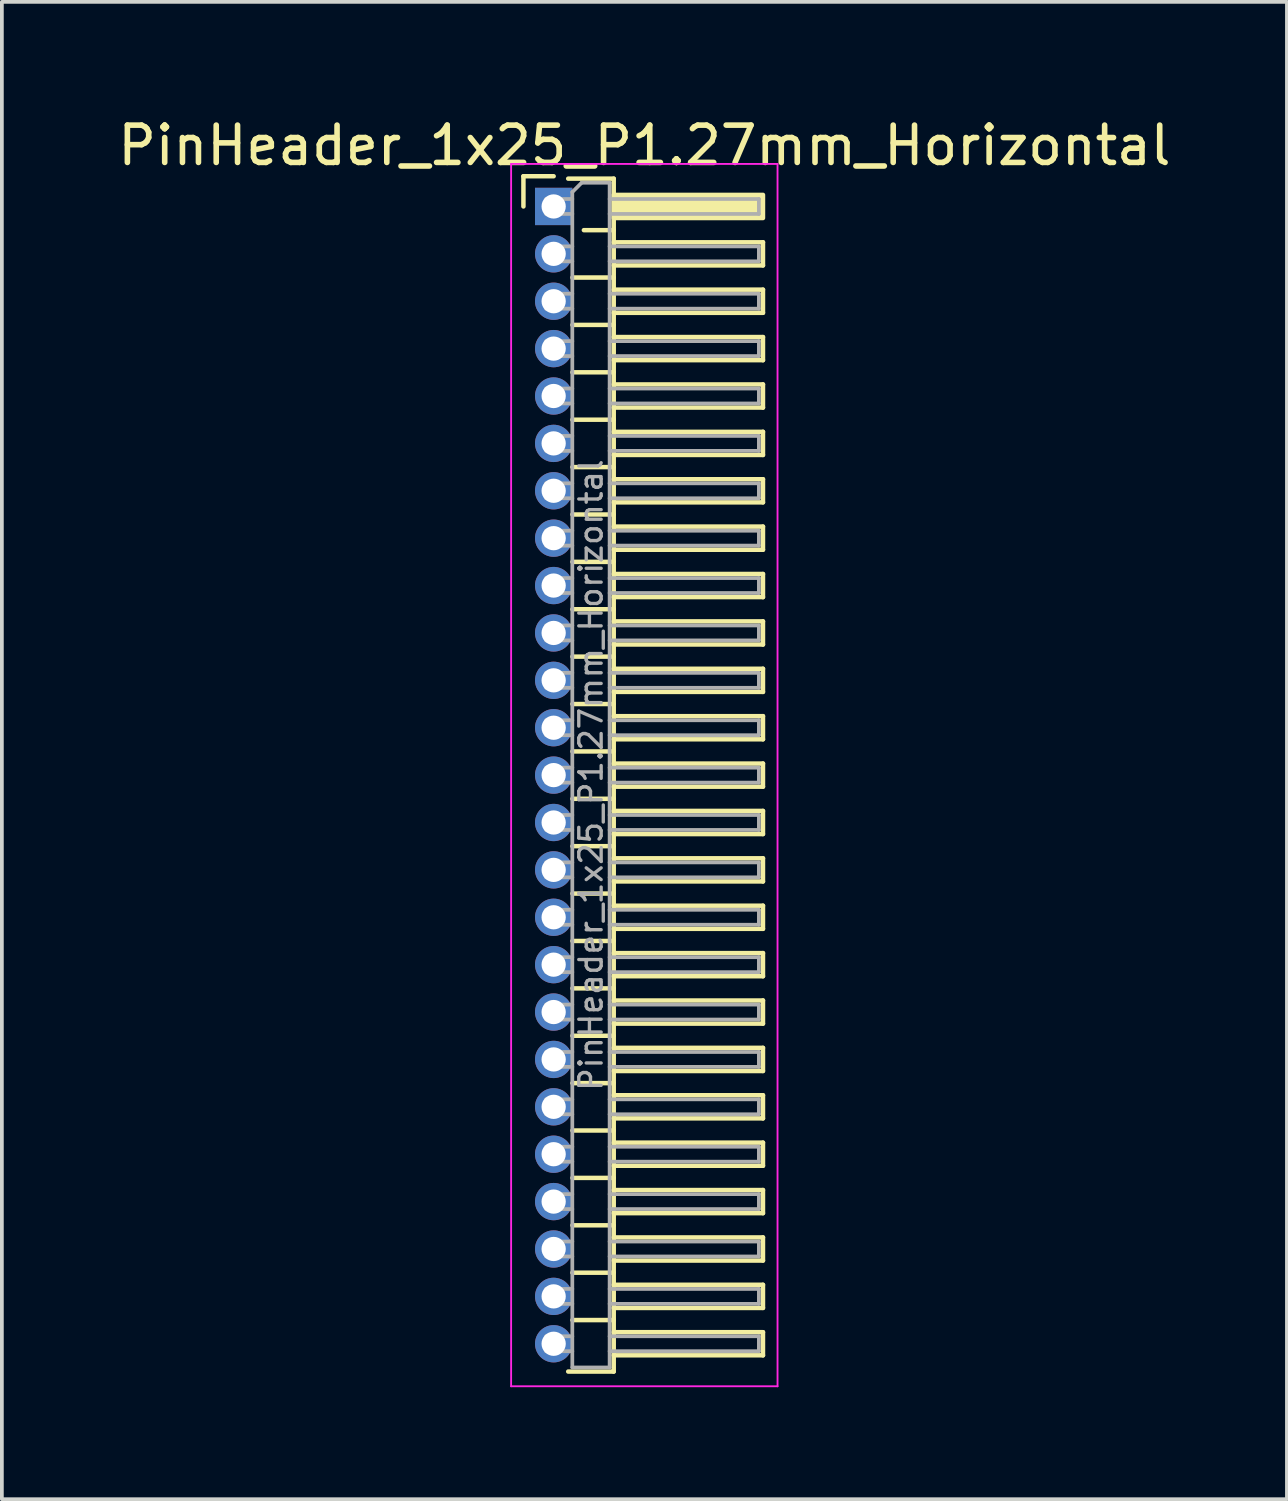
<source format=kicad_pcb>
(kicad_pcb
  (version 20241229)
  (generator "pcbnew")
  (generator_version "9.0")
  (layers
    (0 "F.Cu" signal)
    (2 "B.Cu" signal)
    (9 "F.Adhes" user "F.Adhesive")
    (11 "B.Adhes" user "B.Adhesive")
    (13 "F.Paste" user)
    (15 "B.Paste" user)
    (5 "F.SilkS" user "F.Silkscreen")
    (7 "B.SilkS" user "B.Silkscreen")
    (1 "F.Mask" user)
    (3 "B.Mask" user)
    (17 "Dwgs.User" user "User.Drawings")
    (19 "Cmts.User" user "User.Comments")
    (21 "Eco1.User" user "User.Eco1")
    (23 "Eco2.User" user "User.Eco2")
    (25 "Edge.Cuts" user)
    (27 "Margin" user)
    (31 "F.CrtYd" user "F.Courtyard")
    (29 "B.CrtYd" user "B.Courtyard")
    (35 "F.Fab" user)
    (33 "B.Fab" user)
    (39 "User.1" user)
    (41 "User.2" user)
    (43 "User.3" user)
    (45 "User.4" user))
  (footprint "PinHeader_1x25_P1.27mm_Horizontal"
    (layer "F.Cu")
    (at 11.788 2.483)
    (property "Reference" "PinHeader_1x25_P1.27mm_Horizontal" (at 2.433 -1.635 0) (layer "F.SilkS") (effects (font (size 1 1) (thickness 0.15))))
    (attr through_hole)
    (fp_line (start -0.81 -0.81) (end 0 -0.81) (stroke (width 0.12) (type solid)) (layer "F.SilkS"))
    (fp_line (start -0.81 0) (end -0.81 -0.81) (stroke (width 0.12) (type solid)) (layer "F.SilkS"))
    (fp_line (start 0.39 -0.745) (end 1.61 -0.745) (stroke (width 0.12) (type solid)) (layer "F.SilkS"))
    (fp_line (start 0.503 1.905) (end 1.61 1.905) (stroke (width 0.12) (type solid)) (layer "F.SilkS"))
    (fp_line (start 0.503 3.175) (end 1.61 3.175) (stroke (width 0.12) (type solid)) (layer "F.SilkS"))
    (fp_line (start 0.503 4.445) (end 1.61 4.445) (stroke (width 0.12) (type solid)) (layer "F.SilkS"))
    (fp_line (start 0.503 5.715) (end 1.61 5.715) (stroke (width 0.12) (type solid)) (layer "F.SilkS"))
    (fp_line (start 0.503 6.985) (end 1.61 6.985) (stroke (width 0.12) (type solid)) (layer "F.SilkS"))
    (fp_line (start 0.503 8.255) (end 1.61 8.255) (stroke (width 0.12) (type solid)) (layer "F.SilkS"))
    (fp_line (start 0.503 9.525) (end 1.61 9.525) (stroke (width 0.12) (type solid)) (layer "F.SilkS"))
    (fp_line (start 0.503 10.795) (end 1.61 10.795) (stroke (width 0.12) (type solid)) (layer "F.SilkS"))
    (fp_line (start 0.503 12.065) (end 1.61 12.065) (stroke (width 0.12) (type solid)) (layer "F.SilkS"))
    (fp_line (start 0.503 13.335) (end 1.61 13.335) (stroke (width 0.12) (type solid)) (layer "F.SilkS"))
    (fp_line (start 0.503 14.605) (end 1.61 14.605) (stroke (width 0.12) (type solid)) (layer "F.SilkS"))
    (fp_line (start 0.503 15.875) (end 1.61 15.875) (stroke (width 0.12) (type solid)) (layer "F.SilkS"))
    (fp_line (start 0.503 17.145) (end 1.61 17.145) (stroke (width 0.12) (type solid)) (layer "F.SilkS"))
    (fp_line (start 0.503 18.415) (end 1.61 18.415) (stroke (width 0.12) (type solid)) (layer "F.SilkS"))
    (fp_line (start 0.503 19.685) (end 1.61 19.685) (stroke (width 0.12) (type solid)) (layer "F.SilkS"))
    (fp_line (start 0.503 20.955) (end 1.61 20.955) (stroke (width 0.12) (type solid)) (layer "F.SilkS"))
    (fp_line (start 0.503 22.225) (end 1.61 22.225) (stroke (width 0.12) (type solid)) (layer "F.SilkS"))
    (fp_line (start 0.503 23.495) (end 1.61 23.495) (stroke (width 0.12) (type solid)) (layer "F.SilkS"))
    (fp_line (start 0.503 24.765) (end 1.61 24.765) (stroke (width 0.12) (type solid)) (layer "F.SilkS"))
    (fp_line (start 0.503 26.035) (end 1.61 26.035) (stroke (width 0.12) (type solid)) (layer "F.SilkS"))
    (fp_line (start 0.503 27.305) (end 1.61 27.305) (stroke (width 0.12) (type solid)) (layer "F.SilkS"))
    (fp_line (start 0.503 28.575) (end 1.61 28.575) (stroke (width 0.12) (type solid)) (layer "F.SilkS"))
    (fp_line (start 0.503 29.845) (end 1.61 29.845) (stroke (width 0.12) (type solid)) (layer "F.SilkS"))
    (fp_line (start 0.81 0.635) (end 1.61 0.635) (stroke (width 0.12) (type solid)) (layer "F.SilkS"))
    (fp_line (start 1.61 -0.745) (end 1.61 31.225) (stroke (width 0.12) (type solid)) (layer "F.SilkS"))
    (fp_line (start 1.61 0.96) (end 5.61 0.96) (stroke (width 0.12) (type solid)) (layer "F.SilkS"))
    (fp_line (start 1.61 2.23) (end 5.61 2.23) (stroke (width 0.12) (type solid)) (layer "F.SilkS"))
    (fp_line (start 1.61 3.5) (end 5.61 3.5) (stroke (width 0.12) (type solid)) (layer "F.SilkS"))
    (fp_line (start 1.61 4.77) (end 5.61 4.77) (stroke (width 0.12) (type solid)) (layer "F.SilkS"))
    (fp_line (start 1.61 6.04) (end 5.61 6.04) (stroke (width 0.12) (type solid)) (layer "F.SilkS"))
    (fp_line (start 1.61 7.31) (end 5.61 7.31) (stroke (width 0.12) (type solid)) (layer "F.SilkS"))
    (fp_line (start 1.61 8.58) (end 5.61 8.58) (stroke (width 0.12) (type solid)) (layer "F.SilkS"))
    (fp_line (start 1.61 9.85) (end 5.61 9.85) (stroke (width 0.12) (type solid)) (layer "F.SilkS"))
    (fp_line (start 1.61 11.12) (end 5.61 11.12) (stroke (width 0.12) (type solid)) (layer "F.SilkS"))
    (fp_line (start 1.61 12.39) (end 5.61 12.39) (stroke (width 0.12) (type solid)) (layer "F.SilkS"))
    (fp_line (start 1.61 13.66) (end 5.61 13.66) (stroke (width 0.12) (type solid)) (layer "F.SilkS"))
    (fp_line (start 1.61 14.93) (end 5.61 14.93) (stroke (width 0.12) (type solid)) (layer "F.SilkS"))
    (fp_line (start 1.61 16.2) (end 5.61 16.2) (stroke (width 0.12) (type solid)) (layer "F.SilkS"))
    (fp_line (start 1.61 17.47) (end 5.61 17.47) (stroke (width 0.12) (type solid)) (layer "F.SilkS"))
    (fp_line (start 1.61 18.74) (end 5.61 18.74) (stroke (width 0.12) (type solid)) (layer "F.SilkS"))
    (fp_line (start 1.61 20.01) (end 5.61 20.01) (stroke (width 0.12) (type solid)) (layer "F.SilkS"))
    (fp_line (start 1.61 21.28) (end 5.61 21.28) (stroke (width 0.12) (type solid)) (layer "F.SilkS"))
    (fp_line (start 1.61 22.55) (end 5.61 22.55) (stroke (width 0.12) (type solid)) (layer "F.SilkS"))
    (fp_line (start 1.61 23.82) (end 5.61 23.82) (stroke (width 0.12) (type solid)) (layer "F.SilkS"))
    (fp_line (start 1.61 25.09) (end 5.61 25.09) (stroke (width 0.12) (type solid)) (layer "F.SilkS"))
    (fp_line (start 1.61 26.36) (end 5.61 26.36) (stroke (width 0.12) (type solid)) (layer "F.SilkS"))
    (fp_line (start 1.61 27.63) (end 5.61 27.63) (stroke (width 0.12) (type solid)) (layer "F.SilkS"))
    (fp_line (start 1.61 28.9) (end 5.61 28.9) (stroke (width 0.12) (type solid)) (layer "F.SilkS"))
    (fp_line (start 1.61 30.17) (end 5.61 30.17) (stroke (width 0.12) (type solid)) (layer "F.SilkS"))
    (fp_line (start 1.61 31.225) (end 0.39 31.225) (stroke (width 0.12) (type solid)) (layer "F.SilkS"))
    (fp_line (start 5.61 0.96) (end 5.61 1.58) (stroke (width 0.12) (type solid)) (layer "F.SilkS"))
    (fp_line (start 5.61 1.58) (end 1.61 1.58) (stroke (width 0.12) (type solid)) (layer "F.SilkS"))
    (fp_line (start 5.61 2.23) (end 5.61 2.85) (stroke (width 0.12) (type solid)) (layer "F.SilkS"))
    (fp_line (start 5.61 2.85) (end 1.61 2.85) (stroke (width 0.12) (type solid)) (layer "F.SilkS"))
    (fp_line (start 5.61 3.5) (end 5.61 4.12) (stroke (width 0.12) (type solid)) (layer "F.SilkS"))
    (fp_line (start 5.61 4.12) (end 1.61 4.12) (stroke (width 0.12) (type solid)) (layer "F.SilkS"))
    (fp_line (start 5.61 4.77) (end 5.61 5.39) (stroke (width 0.12) (type solid)) (layer "F.SilkS"))
    (fp_line (start 5.61 5.39) (end 1.61 5.39) (stroke (width 0.12) (type solid)) (layer "F.SilkS"))
    (fp_line (start 5.61 6.04) (end 5.61 6.66) (stroke (width 0.12) (type solid)) (layer "F.SilkS"))
    (fp_line (start 5.61 6.66) (end 1.61 6.66) (stroke (width 0.12) (type solid)) (layer "F.SilkS"))
    (fp_line (start 5.61 7.31) (end 5.61 7.93) (stroke (width 0.12) (type solid)) (layer "F.SilkS"))
    (fp_line (start 5.61 7.93) (end 1.61 7.93) (stroke (width 0.12) (type solid)) (layer "F.SilkS"))
    (fp_line (start 5.61 8.58) (end 5.61 9.2) (stroke (width 0.12) (type solid)) (layer "F.SilkS"))
    (fp_line (start 5.61 9.2) (end 1.61 9.2) (stroke (width 0.12) (type solid)) (layer "F.SilkS"))
    (fp_line (start 5.61 9.85) (end 5.61 10.47) (stroke (width 0.12) (type solid)) (layer "F.SilkS"))
    (fp_line (start 5.61 10.47) (end 1.61 10.47) (stroke (width 0.12) (type solid)) (layer "F.SilkS"))
    (fp_line (start 5.61 11.12) (end 5.61 11.74) (stroke (width 0.12) (type solid)) (layer "F.SilkS"))
    (fp_line (start 5.61 11.74) (end 1.61 11.74) (stroke (width 0.12) (type solid)) (layer "F.SilkS"))
    (fp_line (start 5.61 12.39) (end 5.61 13.01) (stroke (width 0.12) (type solid)) (layer "F.SilkS"))
    (fp_line (start 5.61 13.01) (end 1.61 13.01) (stroke (width 0.12) (type solid)) (layer "F.SilkS"))
    (fp_line (start 5.61 13.66) (end 5.61 14.28) (stroke (width 0.12) (type solid)) (layer "F.SilkS"))
    (fp_line (start 5.61 14.28) (end 1.61 14.28) (stroke (width 0.12) (type solid)) (layer "F.SilkS"))
    (fp_line (start 5.61 14.93) (end 5.61 15.55) (stroke (width 0.12) (type solid)) (layer "F.SilkS"))
    (fp_line (start 5.61 15.55) (end 1.61 15.55) (stroke (width 0.12) (type solid)) (layer "F.SilkS"))
    (fp_line (start 5.61 16.2) (end 5.61 16.82) (stroke (width 0.12) (type solid)) (layer "F.SilkS"))
    (fp_line (start 5.61 16.82) (end 1.61 16.82) (stroke (width 0.12) (type solid)) (layer "F.SilkS"))
    (fp_line (start 5.61 17.47) (end 5.61 18.09) (stroke (width 0.12) (type solid)) (layer "F.SilkS"))
    (fp_line (start 5.61 18.09) (end 1.61 18.09) (stroke (width 0.12) (type solid)) (layer "F.SilkS"))
    (fp_line (start 5.61 18.74) (end 5.61 19.36) (stroke (width 0.12) (type solid)) (layer "F.SilkS"))
    (fp_line (start 5.61 19.36) (end 1.61 19.36) (stroke (width 0.12) (type solid)) (layer "F.SilkS"))
    (fp_line (start 5.61 20.01) (end 5.61 20.63) (stroke (width 0.12) (type solid)) (layer "F.SilkS"))
    (fp_line (start 5.61 20.63) (end 1.61 20.63) (stroke (width 0.12) (type solid)) (layer "F.SilkS"))
    (fp_line (start 5.61 21.28) (end 5.61 21.9) (stroke (width 0.12) (type solid)) (layer "F.SilkS"))
    (fp_line (start 5.61 21.9) (end 1.61 21.9) (stroke (width 0.12) (type solid)) (layer "F.SilkS"))
    (fp_line (start 5.61 22.55) (end 5.61 23.17) (stroke (width 0.12) (type solid)) (layer "F.SilkS"))
    (fp_line (start 5.61 23.17) (end 1.61 23.17) (stroke (width 0.12) (type solid)) (layer "F.SilkS"))
    (fp_line (start 5.61 23.82) (end 5.61 24.44) (stroke (width 0.12) (type solid)) (layer "F.SilkS"))
    (fp_line (start 5.61 24.44) (end 1.61 24.44) (stroke (width 0.12) (type solid)) (layer "F.SilkS"))
    (fp_line (start 5.61 25.09) (end 5.61 25.71) (stroke (width 0.12) (type solid)) (layer "F.SilkS"))
    (fp_line (start 5.61 25.71) (end 1.61 25.71) (stroke (width 0.12) (type solid)) (layer "F.SilkS"))
    (fp_line (start 5.61 26.36) (end 5.61 26.98) (stroke (width 0.12) (type solid)) (layer "F.SilkS"))
    (fp_line (start 5.61 26.98) (end 1.61 26.98) (stroke (width 0.12) (type solid)) (layer "F.SilkS"))
    (fp_line (start 5.61 27.63) (end 5.61 28.25) (stroke (width 0.12) (type solid)) (layer "F.SilkS"))
    (fp_line (start 5.61 28.25) (end 1.61 28.25) (stroke (width 0.12) (type solid)) (layer "F.SilkS"))
    (fp_line (start 5.61 28.9) (end 5.61 29.52) (stroke (width 0.12) (type solid)) (layer "F.SilkS"))
    (fp_line (start 5.61 29.52) (end 1.61 29.52) (stroke (width 0.12) (type solid)) (layer "F.SilkS"))
    (fp_line (start 5.61 30.17) (end 5.61 30.79) (stroke (width 0.12) (type solid)) (layer "F.SilkS"))
    (fp_line (start 5.61 30.79) (end 1.61 30.79) (stroke (width 0.12) (type solid)) (layer "F.SilkS"))
    (fp_rect (start 1.61 -0.31) (end 5.61 0.31) (stroke (width 0.12) (type solid)) (fill yes) (layer "F.SilkS"))
    (fp_line (start -1.14 -1.14) (end -1.14 31.62) (stroke (width 0.05) (type solid)) (layer "F.CrtYd"))
    (fp_line (start -1.14 31.62) (end 6 31.62) (stroke (width 0.05) (type solid)) (layer "F.CrtYd"))
    (fp_line (start 6 -1.14) (end -1.14 -1.14) (stroke (width 0.05) (type solid)) (layer "F.CrtYd"))
    (fp_line (start 6 31.62) (end 6 -1.14) (stroke (width 0.05) (type solid)) (layer "F.CrtYd"))
    (fp_line (start -0.2 -0.2) (end -0.2 0.2) (stroke (width 0.1) (type solid)) (layer "F.Fab"))
    (fp_line (start -0.2 -0.2) (end 0.5 -0.2) (stroke (width 0.1) (type solid)) (layer "F.Fab"))
    (fp_line (start -0.2 0.2) (end 0.5 0.2) (stroke (width 0.1) (type solid)) (layer "F.Fab"))
    (fp_line (start -0.2 1.07) (end -0.2 1.47) (stroke (width 0.1) (type solid)) (layer "F.Fab"))
    (fp_line (start -0.2 1.07) (end 0.5 1.07) (stroke (width 0.1) (type solid)) (layer "F.Fab"))
    (fp_line (start -0.2 1.47) (end 0.5 1.47) (stroke (width 0.1) (type solid)) (layer "F.Fab"))
    (fp_line (start -0.2 2.34) (end -0.2 2.74) (stroke (width 0.1) (type solid)) (layer "F.Fab"))
    (fp_line (start -0.2 2.34) (end 0.5 2.34) (stroke (width 0.1) (type solid)) (layer "F.Fab"))
    (fp_line (start -0.2 2.74) (end 0.5 2.74) (stroke (width 0.1) (type solid)) (layer "F.Fab"))
    (fp_line (start -0.2 3.61) (end -0.2 4.01) (stroke (width 0.1) (type solid)) (layer "F.Fab"))
    (fp_line (start -0.2 3.61) (end 0.5 3.61) (stroke (width 0.1) (type solid)) (layer "F.Fab"))
    (fp_line (start -0.2 4.01) (end 0.5 4.01) (stroke (width 0.1) (type solid)) (layer "F.Fab"))
    (fp_line (start -0.2 4.88) (end -0.2 5.28) (stroke (width 0.1) (type solid)) (layer "F.Fab"))
    (fp_line (start -0.2 4.88) (end 0.5 4.88) (stroke (width 0.1) (type solid)) (layer "F.Fab"))
    (fp_line (start -0.2 5.28) (end 0.5 5.28) (stroke (width 0.1) (type solid)) (layer "F.Fab"))
    (fp_line (start -0.2 6.15) (end -0.2 6.55) (stroke (width 0.1) (type solid)) (layer "F.Fab"))
    (fp_line (start -0.2 6.15) (end 0.5 6.15) (stroke (width 0.1) (type solid)) (layer "F.Fab"))
    (fp_line (start -0.2 6.55) (end 0.5 6.55) (stroke (width 0.1) (type solid)) (layer "F.Fab"))
    (fp_line (start -0.2 7.42) (end -0.2 7.82) (stroke (width 0.1) (type solid)) (layer "F.Fab"))
    (fp_line (start -0.2 7.42) (end 0.5 7.42) (stroke (width 0.1) (type solid)) (layer "F.Fab"))
    (fp_line (start -0.2 7.82) (end 0.5 7.82) (stroke (width 0.1) (type solid)) (layer "F.Fab"))
    (fp_line (start -0.2 8.69) (end -0.2 9.09) (stroke (width 0.1) (type solid)) (layer "F.Fab"))
    (fp_line (start -0.2 8.69) (end 0.5 8.69) (stroke (width 0.1) (type solid)) (layer "F.Fab"))
    (fp_line (start -0.2 9.09) (end 0.5 9.09) (stroke (width 0.1) (type solid)) (layer "F.Fab"))
    (fp_line (start -0.2 9.96) (end -0.2 10.36) (stroke (width 0.1) (type solid)) (layer "F.Fab"))
    (fp_line (start -0.2 9.96) (end 0.5 9.96) (stroke (width 0.1) (type solid)) (layer "F.Fab"))
    (fp_line (start -0.2 10.36) (end 0.5 10.36) (stroke (width 0.1) (type solid)) (layer "F.Fab"))
    (fp_line (start -0.2 11.23) (end -0.2 11.63) (stroke (width 0.1) (type solid)) (layer "F.Fab"))
    (fp_line (start -0.2 11.23) (end 0.5 11.23) (stroke (width 0.1) (type solid)) (layer "F.Fab"))
    (fp_line (start -0.2 11.63) (end 0.5 11.63) (stroke (width 0.1) (type solid)) (layer "F.Fab"))
    (fp_line (start -0.2 12.5) (end -0.2 12.9) (stroke (width 0.1) (type solid)) (layer "F.Fab"))
    (fp_line (start -0.2 12.5) (end 0.5 12.5) (stroke (width 0.1) (type solid)) (layer "F.Fab"))
    (fp_line (start -0.2 12.9) (end 0.5 12.9) (stroke (width 0.1) (type solid)) (layer "F.Fab"))
    (fp_line (start -0.2 13.77) (end -0.2 14.17) (stroke (width 0.1) (type solid)) (layer "F.Fab"))
    (fp_line (start -0.2 13.77) (end 0.5 13.77) (stroke (width 0.1) (type solid)) (layer "F.Fab"))
    (fp_line (start -0.2 14.17) (end 0.5 14.17) (stroke (width 0.1) (type solid)) (layer "F.Fab"))
    (fp_line (start -0.2 15.04) (end -0.2 15.44) (stroke (width 0.1) (type solid)) (layer "F.Fab"))
    (fp_line (start -0.2 15.04) (end 0.5 15.04) (stroke (width 0.1) (type solid)) (layer "F.Fab"))
    (fp_line (start -0.2 15.44) (end 0.5 15.44) (stroke (width 0.1) (type solid)) (layer "F.Fab"))
    (fp_line (start -0.2 16.31) (end -0.2 16.71) (stroke (width 0.1) (type solid)) (layer "F.Fab"))
    (fp_line (start -0.2 16.31) (end 0.5 16.31) (stroke (width 0.1) (type solid)) (layer "F.Fab"))
    (fp_line (start -0.2 16.71) (end 0.5 16.71) (stroke (width 0.1) (type solid)) (layer "F.Fab"))
    (fp_line (start -0.2 17.58) (end -0.2 17.98) (stroke (width 0.1) (type solid)) (layer "F.Fab"))
    (fp_line (start -0.2 17.58) (end 0.5 17.58) (stroke (width 0.1) (type solid)) (layer "F.Fab"))
    (fp_line (start -0.2 17.98) (end 0.5 17.98) (stroke (width 0.1) (type solid)) (layer "F.Fab"))
    (fp_line (start -0.2 18.85) (end -0.2 19.25) (stroke (width 0.1) (type solid)) (layer "F.Fab"))
    (fp_line (start -0.2 18.85) (end 0.5 18.85) (stroke (width 0.1) (type solid)) (layer "F.Fab"))
    (fp_line (start -0.2 19.25) (end 0.5 19.25) (stroke (width 0.1) (type solid)) (layer "F.Fab"))
    (fp_line (start -0.2 20.12) (end -0.2 20.52) (stroke (width 0.1) (type solid)) (layer "F.Fab"))
    (fp_line (start -0.2 20.12) (end 0.5 20.12) (stroke (width 0.1) (type solid)) (layer "F.Fab"))
    (fp_line (start -0.2 20.52) (end 0.5 20.52) (stroke (width 0.1) (type solid)) (layer "F.Fab"))
    (fp_line (start -0.2 21.39) (end -0.2 21.79) (stroke (width 0.1) (type solid)) (layer "F.Fab"))
    (fp_line (start -0.2 21.39) (end 0.5 21.39) (stroke (width 0.1) (type solid)) (layer "F.Fab"))
    (fp_line (start -0.2 21.79) (end 0.5 21.79) (stroke (width 0.1) (type solid)) (layer "F.Fab"))
    (fp_line (start -0.2 22.66) (end -0.2 23.06) (stroke (width 0.1) (type solid)) (layer "F.Fab"))
    (fp_line (start -0.2 22.66) (end 0.5 22.66) (stroke (width 0.1) (type solid)) (layer "F.Fab"))
    (fp_line (start -0.2 23.06) (end 0.5 23.06) (stroke (width 0.1) (type solid)) (layer "F.Fab"))
    (fp_line (start -0.2 23.93) (end -0.2 24.33) (stroke (width 0.1) (type solid)) (layer "F.Fab"))
    (fp_line (start -0.2 23.93) (end 0.5 23.93) (stroke (width 0.1) (type solid)) (layer "F.Fab"))
    (fp_line (start -0.2 24.33) (end 0.5 24.33) (stroke (width 0.1) (type solid)) (layer "F.Fab"))
    (fp_line (start -0.2 25.2) (end -0.2 25.6) (stroke (width 0.1) (type solid)) (layer "F.Fab"))
    (fp_line (start -0.2 25.2) (end 0.5 25.2) (stroke (width 0.1) (type solid)) (layer "F.Fab"))
    (fp_line (start -0.2 25.6) (end 0.5 25.6) (stroke (width 0.1) (type solid)) (layer "F.Fab"))
    (fp_line (start -0.2 26.47) (end -0.2 26.87) (stroke (width 0.1) (type solid)) (layer "F.Fab"))
    (fp_line (start -0.2 26.47) (end 0.5 26.47) (stroke (width 0.1) (type solid)) (layer "F.Fab"))
    (fp_line (start -0.2 26.87) (end 0.5 26.87) (stroke (width 0.1) (type solid)) (layer "F.Fab"))
    (fp_line (start -0.2 27.74) (end -0.2 28.14) (stroke (width 0.1) (type solid)) (layer "F.Fab"))
    (fp_line (start -0.2 27.74) (end 0.5 27.74) (stroke (width 0.1) (type solid)) (layer "F.Fab"))
    (fp_line (start -0.2 28.14) (end 0.5 28.14) (stroke (width 0.1) (type solid)) (layer "F.Fab"))
    (fp_line (start -0.2 29.01) (end -0.2 29.41) (stroke (width 0.1) (type solid)) (layer "F.Fab"))
    (fp_line (start -0.2 29.01) (end 0.5 29.01) (stroke (width 0.1) (type solid)) (layer "F.Fab"))
    (fp_line (start -0.2 29.41) (end 0.5 29.41) (stroke (width 0.1) (type solid)) (layer "F.Fab"))
    (fp_line (start -0.2 30.28) (end -0.2 30.68) (stroke (width 0.1) (type solid)) (layer "F.Fab"))
    (fp_line (start -0.2 30.28) (end 0.5 30.28) (stroke (width 0.1) (type solid)) (layer "F.Fab"))
    (fp_line (start -0.2 30.68) (end 0.5 30.68) (stroke (width 0.1) (type solid)) (layer "F.Fab"))
    (fp_line (start 0.5 -0.385) (end 0.75 -0.635) (stroke (width 0.1) (type solid)) (layer "F.Fab"))
    (fp_line (start 0.5 31.115) (end 0.5 -0.385) (stroke (width 0.1) (type solid)) (layer "F.Fab"))
    (fp_line (start 0.75 -0.635) (end 1.5 -0.635) (stroke (width 0.1) (type solid)) (layer "F.Fab"))
    (fp_line (start 1.5 -0.635) (end 1.5 31.115) (stroke (width 0.1) (type solid)) (layer "F.Fab"))
    (fp_line (start 1.5 -0.2) (end 5.5 -0.2) (stroke (width 0.1) (type solid)) (layer "F.Fab"))
    (fp_line (start 1.5 0.2) (end 5.5 0.2) (stroke (width 0.1) (type solid)) (layer "F.Fab"))
    (fp_line (start 1.5 1.07) (end 5.5 1.07) (stroke (width 0.1) (type solid)) (layer "F.Fab"))
    (fp_line (start 1.5 1.47) (end 5.5 1.47) (stroke (width 0.1) (type solid)) (layer "F.Fab"))
    (fp_line (start 1.5 2.34) (end 5.5 2.34) (stroke (width 0.1) (type solid)) (layer "F.Fab"))
    (fp_line (start 1.5 2.74) (end 5.5 2.74) (stroke (width 0.1) (type solid)) (layer "F.Fab"))
    (fp_line (start 1.5 3.61) (end 5.5 3.61) (stroke (width 0.1) (type solid)) (layer "F.Fab"))
    (fp_line (start 1.5 4.01) (end 5.5 4.01) (stroke (width 0.1) (type solid)) (layer "F.Fab"))
    (fp_line (start 1.5 4.88) (end 5.5 4.88) (stroke (width 0.1) (type solid)) (layer "F.Fab"))
    (fp_line (start 1.5 5.28) (end 5.5 5.28) (stroke (width 0.1) (type solid)) (layer "F.Fab"))
    (fp_line (start 1.5 6.15) (end 5.5 6.15) (stroke (width 0.1) (type solid)) (layer "F.Fab"))
    (fp_line (start 1.5 6.55) (end 5.5 6.55) (stroke (width 0.1) (type solid)) (layer "F.Fab"))
    (fp_line (start 1.5 7.42) (end 5.5 7.42) (stroke (width 0.1) (type solid)) (layer "F.Fab"))
    (fp_line (start 1.5 7.82) (end 5.5 7.82) (stroke (width 0.1) (type solid)) (layer "F.Fab"))
    (fp_line (start 1.5 8.69) (end 5.5 8.69) (stroke (width 0.1) (type solid)) (layer "F.Fab"))
    (fp_line (start 1.5 9.09) (end 5.5 9.09) (stroke (width 0.1) (type solid)) (layer "F.Fab"))
    (fp_line (start 1.5 9.96) (end 5.5 9.96) (stroke (width 0.1) (type solid)) (layer "F.Fab"))
    (fp_line (start 1.5 10.36) (end 5.5 10.36) (stroke (width 0.1) (type solid)) (layer "F.Fab"))
    (fp_line (start 1.5 11.23) (end 5.5 11.23) (stroke (width 0.1) (type solid)) (layer "F.Fab"))
    (fp_line (start 1.5 11.63) (end 5.5 11.63) (stroke (width 0.1) (type solid)) (layer "F.Fab"))
    (fp_line (start 1.5 12.5) (end 5.5 12.5) (stroke (width 0.1) (type solid)) (layer "F.Fab"))
    (fp_line (start 1.5 12.9) (end 5.5 12.9) (stroke (width 0.1) (type solid)) (layer "F.Fab"))
    (fp_line (start 1.5 13.77) (end 5.5 13.77) (stroke (width 0.1) (type solid)) (layer "F.Fab"))
    (fp_line (start 1.5 14.17) (end 5.5 14.17) (stroke (width 0.1) (type solid)) (layer "F.Fab"))
    (fp_line (start 1.5 15.04) (end 5.5 15.04) (stroke (width 0.1) (type solid)) (layer "F.Fab"))
    (fp_line (start 1.5 15.44) (end 5.5 15.44) (stroke (width 0.1) (type solid)) (layer "F.Fab"))
    (fp_line (start 1.5 16.31) (end 5.5 16.31) (stroke (width 0.1) (type solid)) (layer "F.Fab"))
    (fp_line (start 1.5 16.71) (end 5.5 16.71) (stroke (width 0.1) (type solid)) (layer "F.Fab"))
    (fp_line (start 1.5 17.58) (end 5.5 17.58) (stroke (width 0.1) (type solid)) (layer "F.Fab"))
    (fp_line (start 1.5 17.98) (end 5.5 17.98) (stroke (width 0.1) (type solid)) (layer "F.Fab"))
    (fp_line (start 1.5 18.85) (end 5.5 18.85) (stroke (width 0.1) (type solid)) (layer "F.Fab"))
    (fp_line (start 1.5 19.25) (end 5.5 19.25) (stroke (width 0.1) (type solid)) (layer "F.Fab"))
    (fp_line (start 1.5 20.12) (end 5.5 20.12) (stroke (width 0.1) (type solid)) (layer "F.Fab"))
    (fp_line (start 1.5 20.52) (end 5.5 20.52) (stroke (width 0.1) (type solid)) (layer "F.Fab"))
    (fp_line (start 1.5 21.39) (end 5.5 21.39) (stroke (width 0.1) (type solid)) (layer "F.Fab"))
    (fp_line (start 1.5 21.79) (end 5.5 21.79) (stroke (width 0.1) (type solid)) (layer "F.Fab"))
    (fp_line (start 1.5 22.66) (end 5.5 22.66) (stroke (width 0.1) (type solid)) (layer "F.Fab"))
    (fp_line (start 1.5 23.06) (end 5.5 23.06) (stroke (width 0.1) (type solid)) (layer "F.Fab"))
    (fp_line (start 1.5 23.93) (end 5.5 23.93) (stroke (width 0.1) (type solid)) (layer "F.Fab"))
    (fp_line (start 1.5 24.33) (end 5.5 24.33) (stroke (width 0.1) (type solid)) (layer "F.Fab"))
    (fp_line (start 1.5 25.2) (end 5.5 25.2) (stroke (width 0.1) (type solid)) (layer "F.Fab"))
    (fp_line (start 1.5 25.6) (end 5.5 25.6) (stroke (width 0.1) (type solid)) (layer "F.Fab"))
    (fp_line (start 1.5 26.47) (end 5.5 26.47) (stroke (width 0.1) (type solid)) (layer "F.Fab"))
    (fp_line (start 1.5 26.87) (end 5.5 26.87) (stroke (width 0.1) (type solid)) (layer "F.Fab"))
    (fp_line (start 1.5 27.74) (end 5.5 27.74) (stroke (width 0.1) (type solid)) (layer "F.Fab"))
    (fp_line (start 1.5 28.14) (end 5.5 28.14) (stroke (width 0.1) (type solid)) (layer "F.Fab"))
    (fp_line (start 1.5 29.01) (end 5.5 29.01) (stroke (width 0.1) (type solid)) (layer "F.Fab"))
    (fp_line (start 1.5 29.41) (end 5.5 29.41) (stroke (width 0.1) (type solid)) (layer "F.Fab"))
    (fp_line (start 1.5 30.28) (end 5.5 30.28) (stroke (width 0.1) (type solid)) (layer "F.Fab"))
    (fp_line (start 1.5 30.68) (end 5.5 30.68) (stroke (width 0.1) (type solid)) (layer "F.Fab"))
    (fp_line (start 1.5 31.115) (end 0.5 31.115) (stroke (width 0.1) (type solid)) (layer "F.Fab"))
    (fp_line (start 5.5 -0.2) (end 5.5 0.2) (stroke (width 0.1) (type solid)) (layer "F.Fab"))
    (fp_line (start 5.5 1.07) (end 5.5 1.47) (stroke (width 0.1) (type solid)) (layer "F.Fab"))
    (fp_line (start 5.5 2.34) (end 5.5 2.74) (stroke (width 0.1) (type solid)) (layer "F.Fab"))
    (fp_line (start 5.5 3.61) (end 5.5 4.01) (stroke (width 0.1) (type solid)) (layer "F.Fab"))
    (fp_line (start 5.5 4.88) (end 5.5 5.28) (stroke (width 0.1) (type solid)) (layer "F.Fab"))
    (fp_line (start 5.5 6.15) (end 5.5 6.55) (stroke (width 0.1) (type solid)) (layer "F.Fab"))
    (fp_line (start 5.5 7.42) (end 5.5 7.82) (stroke (width 0.1) (type solid)) (layer "F.Fab"))
    (fp_line (start 5.5 8.69) (end 5.5 9.09) (stroke (width 0.1) (type solid)) (layer "F.Fab"))
    (fp_line (start 5.5 9.96) (end 5.5 10.36) (stroke (width 0.1) (type solid)) (layer "F.Fab"))
    (fp_line (start 5.5 11.23) (end 5.5 11.63) (stroke (width 0.1) (type solid)) (layer "F.Fab"))
    (fp_line (start 5.5 12.5) (end 5.5 12.9) (stroke (width 0.1) (type solid)) (layer "F.Fab"))
    (fp_line (start 5.5 13.77) (end 5.5 14.17) (stroke (width 0.1) (type solid)) (layer "F.Fab"))
    (fp_line (start 5.5 15.04) (end 5.5 15.44) (stroke (width 0.1) (type solid)) (layer "F.Fab"))
    (fp_line (start 5.5 16.31) (end 5.5 16.71) (stroke (width 0.1) (type solid)) (layer "F.Fab"))
    (fp_line (start 5.5 17.58) (end 5.5 17.98) (stroke (width 0.1) (type solid)) (layer "F.Fab"))
    (fp_line (start 5.5 18.85) (end 5.5 19.25) (stroke (width 0.1) (type solid)) (layer "F.Fab"))
    (fp_line (start 5.5 20.12) (end 5.5 20.52) (stroke (width 0.1) (type solid)) (layer "F.Fab"))
    (fp_line (start 5.5 21.39) (end 5.5 21.79) (stroke (width 0.1) (type solid)) (layer "F.Fab"))
    (fp_line (start 5.5 22.66) (end 5.5 23.06) (stroke (width 0.1) (type solid)) (layer "F.Fab"))
    (fp_line (start 5.5 23.93) (end 5.5 24.33) (stroke (width 0.1) (type solid)) (layer "F.Fab"))
    (fp_line (start 5.5 25.2) (end 5.5 25.6) (stroke (width 0.1) (type solid)) (layer "F.Fab"))
    (fp_line (start 5.5 26.47) (end 5.5 26.87) (stroke (width 0.1) (type solid)) (layer "F.Fab"))
    (fp_line (start 5.5 27.74) (end 5.5 28.14) (stroke (width 0.1) (type solid)) (layer "F.Fab"))
    (fp_line (start 5.5 29.01) (end 5.5 29.41) (stroke (width 0.1) (type solid)) (layer "F.Fab"))
    (fp_line (start 5.5 30.28) (end 5.5 30.68) (stroke (width 0.1) (type solid)) (layer "F.Fab"))
    (fp_text user "${REFERENCE}" (at 1 15.24 90) (layer "F.Fab") (effects (font (size 0.6 0.6) (thickness 0.09))))
    (pad "1" thru_hole rect (at 0 0) (size 1 1) (drill 0.65) (layers "*.Cu" "*.Mask"))
    (pad "2" thru_hole circle (at 0 1.27) (size 1 1) (drill 0.65) (layers "*.Cu" "*.Mask"))
    (pad "3" thru_hole circle (at 0 2.54) (size 1 1) (drill 0.65) (layers "*.Cu" "*.Mask"))
    (pad "4" thru_hole circle (at 0 3.81) (size 1 1) (drill 0.65) (layers "*.Cu" "*.Mask"))
    (pad "5" thru_hole circle (at 0 5.08) (size 1 1) (drill 0.65) (layers "*.Cu" "*.Mask"))
    (pad "6" thru_hole circle (at 0 6.35) (size 1 1) (drill 0.65) (layers "*.Cu" "*.Mask"))
    (pad "7" thru_hole circle (at 0 7.62) (size 1 1) (drill 0.65) (layers "*.Cu" "*.Mask"))
    (pad "8" thru_hole circle (at 0 8.89) (size 1 1) (drill 0.65) (layers "*.Cu" "*.Mask"))
    (pad "9" thru_hole circle (at 0 10.16) (size 1 1) (drill 0.65) (layers "*.Cu" "*.Mask"))
    (pad "10" thru_hole circle (at 0 11.43) (size 1 1) (drill 0.65) (layers "*.Cu" "*.Mask"))
    (pad "11" thru_hole circle (at 0 12.7) (size 1 1) (drill 0.65) (layers "*.Cu" "*.Mask"))
    (pad "12" thru_hole circle (at 0 13.97) (size 1 1) (drill 0.65) (layers "*.Cu" "*.Mask"))
    (pad "13" thru_hole circle (at 0 15.24) (size 1 1) (drill 0.65) (layers "*.Cu" "*.Mask"))
    (pad "14" thru_hole circle (at 0 16.51) (size 1 1) (drill 0.65) (layers "*.Cu" "*.Mask"))
    (pad "15" thru_hole circle (at 0 17.78) (size 1 1) (drill 0.65) (layers "*.Cu" "*.Mask"))
    (pad "16" thru_hole circle (at 0 19.05) (size 1 1) (drill 0.65) (layers "*.Cu" "*.Mask"))
    (pad "17" thru_hole circle (at 0 20.32) (size 1 1) (drill 0.65) (layers "*.Cu" "*.Mask"))
    (pad "18" thru_hole circle (at 0 21.59) (size 1 1) (drill 0.65) (layers "*.Cu" "*.Mask"))
    (pad "19" thru_hole circle (at 0 22.86) (size 1 1) (drill 0.65) (layers "*.Cu" "*.Mask"))
    (pad "20" thru_hole circle (at 0 24.13) (size 1 1) (drill 0.65) (layers "*.Cu" "*.Mask"))
    (pad "21" thru_hole circle (at 0 25.4) (size 1 1) (drill 0.65) (layers "*.Cu" "*.Mask"))
    (pad "22" thru_hole circle (at 0 26.67) (size 1 1) (drill 0.65) (layers "*.Cu" "*.Mask"))
    (pad "23" thru_hole circle (at 0 27.94) (size 1 1) (drill 0.65) (layers "*.Cu" "*.Mask"))
    (pad "24" thru_hole circle (at 0 29.21) (size 1 1) (drill 0.65) (layers "*.Cu" "*.Mask"))
    (pad "25" thru_hole circle (at 0 30.48) (size 1 1) (drill 0.65) (layers "*.Cu" "*.Mask")))
  (gr_rect
    (start -3 -3)
    (end 31.44 37.128)
    (stroke (width 0.1) (type default))
    (fill no)
    (layer "Edge.Cuts")))
</source>
